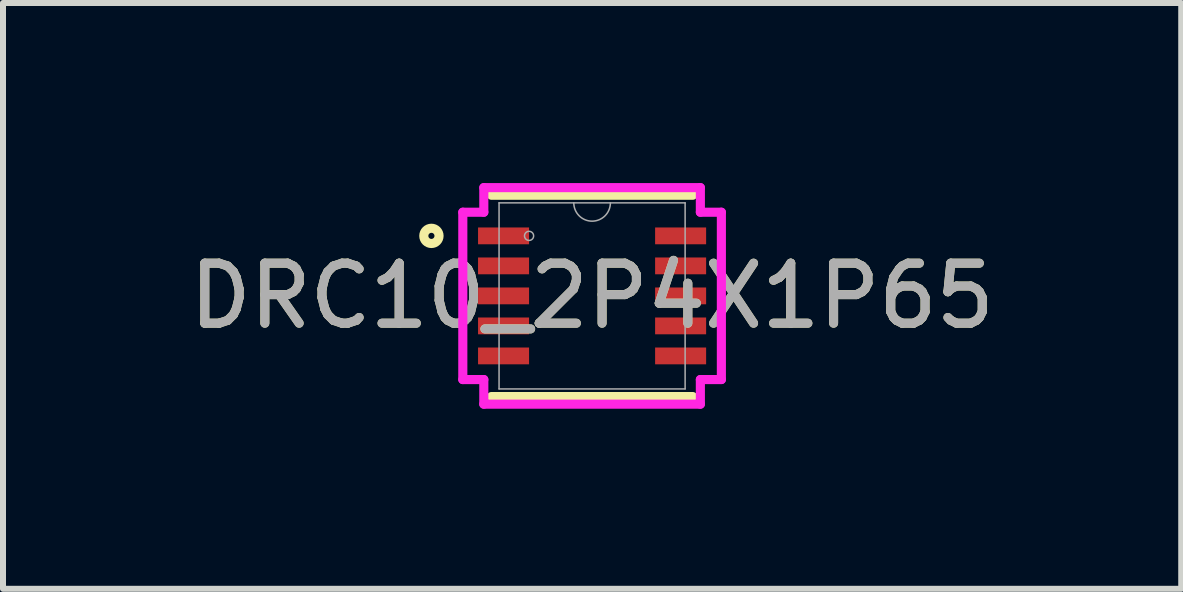
<source format=kicad_pcb>
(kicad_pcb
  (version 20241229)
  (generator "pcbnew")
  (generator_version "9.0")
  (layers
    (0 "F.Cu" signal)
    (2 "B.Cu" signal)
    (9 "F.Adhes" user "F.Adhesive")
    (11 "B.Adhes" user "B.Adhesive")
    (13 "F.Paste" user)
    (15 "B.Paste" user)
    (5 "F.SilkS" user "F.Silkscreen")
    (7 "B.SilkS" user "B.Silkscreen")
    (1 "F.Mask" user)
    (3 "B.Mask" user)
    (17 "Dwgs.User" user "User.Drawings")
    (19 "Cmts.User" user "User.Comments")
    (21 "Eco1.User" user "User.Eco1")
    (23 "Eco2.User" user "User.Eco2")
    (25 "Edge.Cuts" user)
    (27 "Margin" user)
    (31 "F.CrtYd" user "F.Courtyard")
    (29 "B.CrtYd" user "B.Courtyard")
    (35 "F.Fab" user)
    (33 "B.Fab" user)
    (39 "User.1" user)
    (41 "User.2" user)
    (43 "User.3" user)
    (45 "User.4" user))
  (footprint "DRC10_2P4X1P65"
    (layer "F.Cu")
    (at 6.815 1.88)
    (property "Reference" "DRC10_2P4X1P65" (at 0 0 0) (unlocked yes) (layer "F.SilkS") (effects (font (size 1 1) (thickness 0.15))))
    (attr smd)
    (fp_line (start -1.677 1.677) (end 1.677 1.677) (stroke (width 0.152) (type solid)) (layer "F.SilkS"))
    (fp_line (start 1.677 -1.677) (end -1.677 -1.677) (stroke (width 0.152) (type solid)) (layer "F.SilkS"))
    (fp_circle (center -2.677 -1) (end -2.55 -1) (stroke (width 0.152) (type solid)) (fill no) (layer "F.SilkS"))
    (fp_line (start -2.154 -1.394) (end -1.804 -1.394) (stroke (width 0.152) (type solid)) (layer "F.CrtYd"))
    (fp_line (start -2.154 1.394) (end -2.154 -1.394) (stroke (width 0.152) (type solid)) (layer "F.CrtYd"))
    (fp_line (start -2.154 1.394) (end -1.804 1.394) (stroke (width 0.152) (type solid)) (layer "F.CrtYd"))
    (fp_line (start -1.804 -1.804) (end 1.804 -1.804) (stroke (width 0.152) (type solid)) (layer "F.CrtYd"))
    (fp_line (start -1.804 -1.394) (end -1.804 -1.804) (stroke (width 0.152) (type solid)) (layer "F.CrtYd"))
    (fp_line (start -1.804 1.804) (end -1.804 1.394) (stroke (width 0.152) (type solid)) (layer "F.CrtYd"))
    (fp_line (start 1.804 -1.804) (end 1.804 -1.394) (stroke (width 0.152) (type solid)) (layer "F.CrtYd"))
    (fp_line (start 1.804 1.394) (end 1.804 1.804) (stroke (width 0.152) (type solid)) (layer "F.CrtYd"))
    (fp_line (start 1.804 1.804) (end -1.804 1.804) (stroke (width 0.152) (type solid)) (layer "F.CrtYd"))
    (fp_line (start 2.154 -1.394) (end 1.804 -1.394) (stroke (width 0.152) (type solid)) (layer "F.CrtYd"))
    (fp_line (start 2.154 -1.394) (end 2.154 1.394) (stroke (width 0.152) (type solid)) (layer "F.CrtYd"))
    (fp_line (start 2.154 1.394) (end 1.804 1.394) (stroke (width 0.152) (type solid)) (layer "F.CrtYd"))
    (fp_line (start -1.55 -1.55) (end -1.55 1.55) (stroke (width 0.025) (type solid)) (layer "F.Fab"))
    (fp_line (start -1.55 1.55) (end 1.55 1.55) (stroke (width 0.025) (type solid)) (layer "F.Fab"))
    (fp_line (start 1.55 -1.55) (end -1.55 -1.55) (stroke (width 0.025) (type solid)) (layer "F.Fab"))
    (fp_line (start 1.55 1.55) (end 1.55 -1.55) (stroke (width 0.025) (type solid)) (layer "F.Fab"))
    (fp_arc (start 0.3048 -1.549999) (mid 0 -1.245199) (end -0.3048 -1.549999) (stroke (width 0.0254) (type solid)) (layer "F.Fab"))
    (fp_circle (center -1.05 -1) (end -0.974 -1) (stroke (width 0.025) (type solid)) (fill no) (layer "F.Fab"))
    (fp_text user "${REFERENCE}" (at 0 0 0) (unlocked yes) (layer "F.Fab") (effects (font (size 1 1) (thickness 0.15))))
    (pad "1" smd rect (at -1.475 -1) (size 0.85 0.28) (layers "F.Cu" "F.Mask" "F.Paste"))
    (pad "2" smd rect (at -1.475 -0.5) (size 0.85 0.28) (layers "F.Cu" "F.Mask" "F.Paste"))
    (pad "3" smd rect (at -1.475 0) (size 0.85 0.28) (layers "F.Cu" "F.Mask" "F.Paste"))
    (pad "4" smd rect (at -1.475 0.5) (size 0.85 0.28) (layers "F.Cu" "F.Mask" "F.Paste"))
    (pad "5" smd rect (at -1.475 1) (size 0.85 0.28) (layers "F.Cu" "F.Mask" "F.Paste"))
    (pad "6" smd rect (at 1.475 1) (size 0.85 0.28) (layers "F.Cu" "F.Mask" "F.Paste"))
    (pad "7" smd rect (at 1.475 0.5) (size 0.85 0.28) (layers "F.Cu" "F.Mask" "F.Paste"))
    (pad "8" smd rect (at 1.475 0) (size 0.85 0.28) (layers "F.Cu" "F.Mask" "F.Paste"))
    (pad "9" smd rect (at 1.475 -0.5) (size 0.85 0.28) (layers "F.Cu" "F.Mask" "F.Paste"))
    (pad "10" smd rect (at 1.475 -1) (size 0.85 0.28) (layers "F.Cu" "F.Mask" "F.Paste")))
  (gr_rect
    (start -3 -3)
    (end 16.631 6.76)
    (stroke (width 0.1) (type default))
    (fill no)
    (layer "Edge.Cuts")))
</source>
